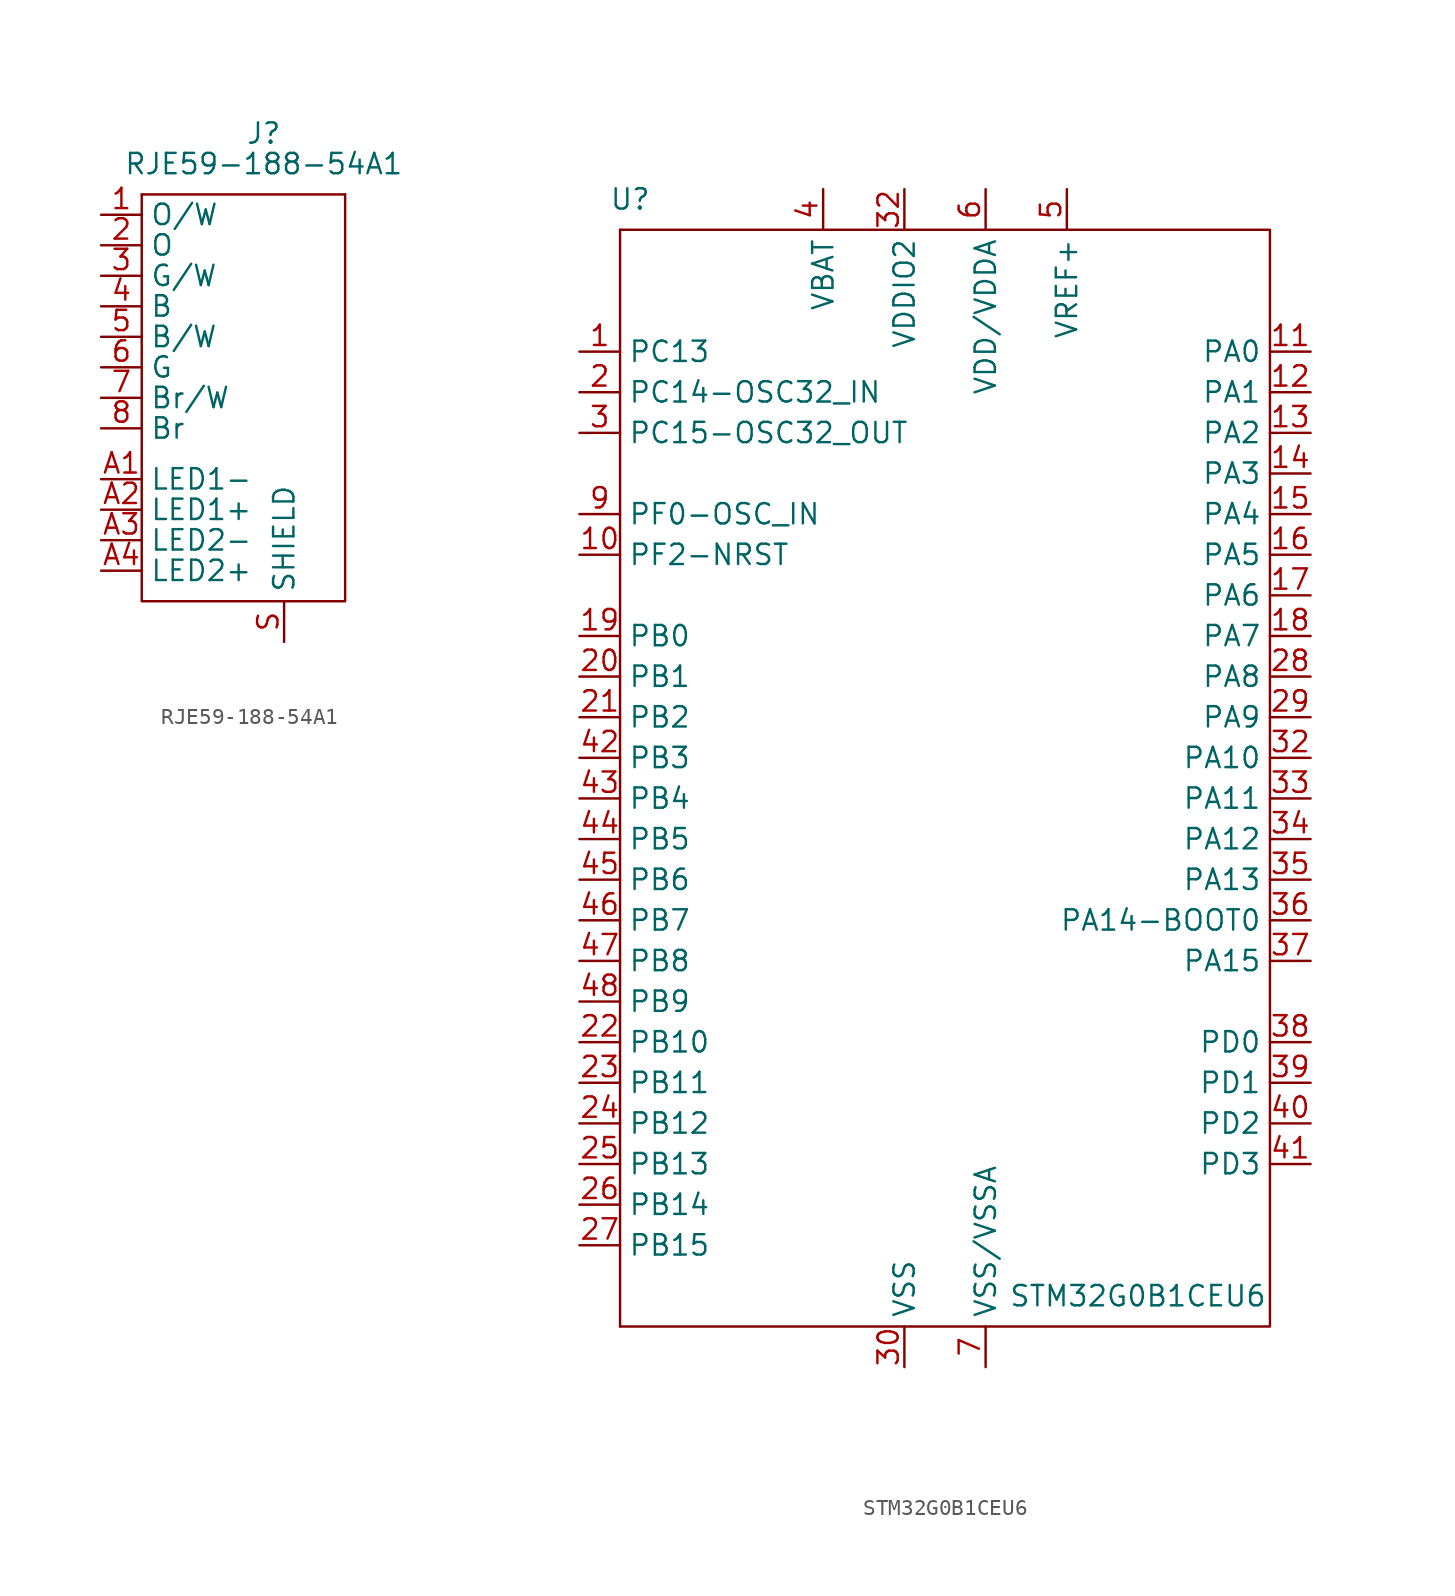
<source format=kicad_sym>
(kicad_symbol_lib
  (version 20211014)
  (generator kicad_symbol_editor)
  (symbol "RJE59-188-54A1"
    (property "Reference" "J"
      (at 0 16.51 0)
      (effects (font (size 1.27 1.27))))
    (property "Value" "RJE59-188-54A1"
      (at 0 14.605 0)
      (effects (font (size 1.27 1.27))))
    (symbol "RJE59-188-54A1_0_1"
      (polyline (pts (xy -7.62 12.7) (xy 5.08 12.7)) (stroke (width 0.152) (type default) (color 0 0 0 0)) (fill (type none)))
      (polyline (pts (xy -7.62 12.7) (xy -7.62 -12.7) (xy 5.08 -12.7) (xy 5.08 12.7)) (stroke (width 0.152) (type default) (color 0 0 0 0)) (fill (type none))))
    (symbol "RJE59-188-54A1_1_1"
      (pin input line (at -10.16 11.43 0) (length 2.54) (name "O/W" (effects (font (size 1.27 1.27)))) (number "1" (effects (font (size 1.27 1.27)))))
      (pin input line (at -10.16 9.525 0) (length 2.54) (name "O" (effects (font (size 1.27 1.27)))) (number "2" (effects (font (size 1.27 1.27)))))
      (pin input line (at -10.16 7.62 0) (length 2.54) (name "G/W" (effects (font (size 1.27 1.27)))) (number "3" (effects (font (size 1.27 1.27)))))
      (pin input line (at -10.16 5.715 0) (length 2.54) (name "B" (effects (font (size 1.27 1.27)))) (number "4" (effects (font (size 1.27 1.27)))))
      (pin input line (at -10.16 3.81 0) (length 2.54) (name "B/W" (effects (font (size 1.27 1.27)))) (number "5" (effects (font (size 1.27 1.27)))))
      (pin input line (at -10.16 1.905 0) (length 2.54) (name "G" (effects (font (size 1.27 1.27)))) (number "6" (effects (font (size 1.27 1.27)))))
      (pin input line (at -10.16 0 0) (length 2.54) (name "Br/W" (effects (font (size 1.27 1.27)))) (number "7" (effects (font (size 1.27 1.27)))))
      (pin input line (at -10.16 -1.905 0) (length 2.54) (name "Br" (effects (font (size 1.27 1.27)))) (number "8" (effects (font (size 1.27 1.27)))))
      (pin input line (at -10.16 -5.08 0) (length 2.54) (name "LED1-" (effects (font (size 1.27 1.27)))) (number "A1" (effects (font (size 1.27 1.27)))))
      (pin input line (at -10.16 -6.985 0) (length 2.54) (name "LED1+" (effects (font (size 1.27 1.27)))) (number "A2" (effects (font (size 1.27 1.27)))))
      (pin input line (at -10.16 -8.89 0) (length 2.54) (name "LED2-" (effects (font (size 1.27 1.27)))) (number "A3" (effects (font (size 1.27 1.27)))))
      (pin input line (at -10.16 -10.795 0) (length 2.54) (name "LED2+" (effects (font (size 1.27 1.27)))) (number "A4" (effects (font (size 1.27 1.27)))))
      (pin input line (at 1.27 -15.24 90) (length 2.54) (name "SHIELD" (effects (font (size 1.27 1.27)))) (number "S" (effects (font (size 1.27 1.27)))))))
  (symbol "STM32G0B1CEU6"
    (property "Reference" "U"
      (at -19.685 34.925 0)
      (effects (font (size 1.27 1.27))))
    (property "Value" "STM32G0B1CEU6"
      (at 12.065 -33.655 0)
      (effects (font (size 1.27 1.27))))
    (symbol "STM32G0B1CEU6_0_1"
      (polyline (pts (xy -20.32 33.02) (xy -20.32 -35.56)) (stroke (width 0.152) (type default) (color 0 0 0 0)) (fill (type none)))
      (polyline (pts (xy -20.32 33.02) (xy 20.32 33.02) (xy 20.32 -35.56) (xy -20.32 -35.56)) (stroke (width 0.152) (type default) (color 0 0 0 0)) (fill (type none))))
    (symbol "STM32G0B1CEU6_1_1"
      (pin input line (at -22.86 25.4 0) (length 2.54) (name "PC13" (effects (font (size 1.27 1.27)))) (number "1" (effects (font (size 1.27 1.27)))))
      (pin input line (at -22.86 12.7 0) (length 2.54) (name "PF2-NRST" (effects (font (size 1.27 1.27)))) (number "10" (effects (font (size 1.27 1.27)))))
      (pin input line (at 22.86 25.4 180) (length 2.54) (name "PA0" (effects (font (size 1.27 1.27)))) (number "11" (effects (font (size 1.27 1.27)))))
      (pin input line (at 22.86 22.86 180) (length 2.54) (name "PA1" (effects (font (size 1.27 1.27)))) (number "12" (effects (font (size 1.27 1.27)))))
      (pin input line (at 22.86 20.32 180) (length 2.54) (name "PA2" (effects (font (size 1.27 1.27)))) (number "13" (effects (font (size 1.27 1.27)))))
      (pin input line (at 22.86 17.78 180) (length 2.54) (name "PA3" (effects (font (size 1.27 1.27)))) (number "14" (effects (font (size 1.27 1.27)))))
      (pin input line (at 22.86 15.24 180) (length 2.54) (name "PA4" (effects (font (size 1.27 1.27)))) (number "15" (effects (font (size 1.27 1.27)))))
      (pin input line (at 22.86 12.7 180) (length 2.54) (name "PA5" (effects (font (size 1.27 1.27)))) (number "16" (effects (font (size 1.27 1.27)))))
      (pin input line (at 22.86 10.16 180) (length 2.54) (name "PA6" (effects (font (size 1.27 1.27)))) (number "17" (effects (font (size 1.27 1.27)))))
      (pin input line (at 22.86 7.62 180) (length 2.54) (name "PA7" (effects (font (size 1.27 1.27)))) (number "18" (effects (font (size 1.27 1.27)))))
      (pin input line (at -22.86 7.62 0) (length 2.54) (name "PB0" (effects (font (size 1.27 1.27)))) (number "19" (effects (font (size 1.27 1.27)))))
      (pin input line (at -22.86 22.86 0) (length 2.54) (name "PC14-OSC32_IN" (effects (font (size 1.27 1.27)))) (number "2" (effects (font (size 1.27 1.27)))))
      (pin input line (at -22.86 5.08 0) (length 2.54) (name "PB1" (effects (font (size 1.27 1.27)))) (number "20" (effects (font (size 1.27 1.27)))))
      (pin input line (at -22.86 2.54 0) (length 2.54) (name "PB2" (effects (font (size 1.27 1.27)))) (number "21" (effects (font (size 1.27 1.27)))))
      (pin input line (at -22.86 -17.78 0) (length 2.54) (name "PB10" (effects (font (size 1.27 1.27)))) (number "22" (effects (font (size 1.27 1.27)))))
      (pin input line (at -22.86 -20.32 0) (length 2.54) (name "PB11" (effects (font (size 1.27 1.27)))) (number "23" (effects (font (size 1.27 1.27)))))
      (pin input line (at -22.86 -22.86 0) (length 2.54) (name "PB12" (effects (font (size 1.27 1.27)))) (number "24" (effects (font (size 1.27 1.27)))))
      (pin input line (at -22.86 -25.4 0) (length 2.54) (name "PB13" (effects (font (size 1.27 1.27)))) (number "25" (effects (font (size 1.27 1.27)))))
      (pin input line (at -22.86 -27.94 0) (length 2.54) (name "PB14" (effects (font (size 1.27 1.27)))) (number "26" (effects (font (size 1.27 1.27)))))
      (pin input line (at -22.86 -30.48 0) (length 2.54) (name "PB15" (effects (font (size 1.27 1.27)))) (number "27" (effects (font (size 1.27 1.27)))))
      (pin input line (at 22.86 5.08 180) (length 2.54) (name "PA8" (effects (font (size 1.27 1.27)))) (number "28" (effects (font (size 1.27 1.27)))))
      (pin input line (at 22.86 2.54 180) (length 2.54) (name "PA9" (effects (font (size 1.27 1.27)))) (number "29" (effects (font (size 1.27 1.27)))))
      (pin input line (at -22.86 20.32 0) (length 2.54) (name "PC15-OSC32_OUT" (effects (font (size 1.27 1.27)))) (number "3" (effects (font (size 1.27 1.27)))))
      (pin input line (at -2.54 -38.1 90) (length 2.54) (name "VSS" (effects (font (size 1.27 1.27)))) (number "30" (effects (font (size 1.27 1.27)))))
      (pin input line (at 22.86 0 180) (length 2.54) (name "PA10" (effects (font (size 1.27 1.27)))) (number "32" (effects (font (size 1.27 1.27)))))
      (pin input line (at -2.54 35.56 270) (length 2.54) (name "VDDIO2" (effects (font (size 1.27 1.27)))) (number "32" (effects (font (size 1.27 1.27)))))
      (pin input line (at 22.86 -2.54 180) (length 2.54) (name "PA11" (effects (font (size 1.27 1.27)))) (number "33" (effects (font (size 1.27 1.27)))))
      (pin input line (at 22.86 -5.08 180) (length 2.54) (name "PA12" (effects (font (size 1.27 1.27)))) (number "34" (effects (font (size 1.27 1.27)))))
      (pin input line (at 22.86 -7.62 180) (length 2.54) (name "PA13" (effects (font (size 1.27 1.27)))) (number "35" (effects (font (size 1.27 1.27)))))
      (pin input line (at 22.86 -10.16 180) (length 2.54) (name "PA14-BOOT0" (effects (font (size 1.27 1.27)))) (number "36" (effects (font (size 1.27 1.27)))))
      (pin input line (at 22.86 -12.7 180) (length 2.54) (name "PA15" (effects (font (size 1.27 1.27)))) (number "37" (effects (font (size 1.27 1.27)))))
      (pin input line (at 22.86 -17.78 180) (length 2.54) (name "PD0" (effects (font (size 1.27 1.27)))) (number "38" (effects (font (size 1.27 1.27)))))
      (pin input line (at 22.86 -20.32 180) (length 2.54) (name "PD1" (effects (font (size 1.27 1.27)))) (number "39" (effects (font (size 1.27 1.27)))))
      (pin input line (at -7.62 35.56 270) (length 2.54) (name "VBAT" (effects (font (size 1.27 1.27)))) (number "4" (effects (font (size 1.27 1.27)))))
      (pin input line (at 22.86 -22.86 180) (length 2.54) (name "PD2" (effects (font (size 1.27 1.27)))) (number "40" (effects (font (size 1.27 1.27)))))
      (pin input line (at 22.86 -25.4 180) (length 2.54) (name "PD3" (effects (font (size 1.27 1.27)))) (number "41" (effects (font (size 1.27 1.27)))))
      (pin input line (at -22.86 0 0) (length 2.54) (name "PB3" (effects (font (size 1.27 1.27)))) (number "42" (effects (font (size 1.27 1.27)))))
      (pin input line (at -22.86 -2.54 0) (length 2.54) (name "PB4" (effects (font (size 1.27 1.27)))) (number "43" (effects (font (size 1.27 1.27)))))
      (pin input line (at -22.86 -5.08 0) (length 2.54) (name "PB5" (effects (font (size 1.27 1.27)))) (number "44" (effects (font (size 1.27 1.27)))))
      (pin input line (at -22.86 -7.62 0) (length 2.54) (name "PB6" (effects (font (size 1.27 1.27)))) (number "45" (effects (font (size 1.27 1.27)))))
      (pin input line (at -22.86 -10.16 0) (length 2.54) (name "PB7" (effects (font (size 1.27 1.27)))) (number "46" (effects (font (size 1.27 1.27)))))
      (pin input line (at -22.86 -12.7 0) (length 2.54) (name "PB8" (effects (font (size 1.27 1.27)))) (number "47" (effects (font (size 1.27 1.27)))))
      (pin input line (at -22.86 -15.24 0) (length 2.54) (name "PB9" (effects (font (size 1.27 1.27)))) (number "48" (effects (font (size 1.27 1.27)))))
      (pin input line (at -2.54 -38.1 90) (length 2.54) hide (name "VSS" (effects (font (size 1.27 1.27)))) (number "49" (effects (font (size 1.27 1.27)))))
      (pin input line (at 7.62 35.56 270) (length 2.54) (name "VREF+" (effects (font (size 1.27 1.27)))) (number "5" (effects (font (size 1.27 1.27)))))
      (pin input line (at 2.54 35.56 270) (length 2.54) (name "VDD/VDDA" (effects (font (size 1.27 1.27)))) (number "6" (effects (font (size 1.27 1.27)))))
      (pin input line (at 2.54 -38.1 90) (length 2.54) (name "VSS/VSSA" (effects (font (size 1.27 1.27)))) (number "7" (effects (font (size 1.27 1.27)))))
      (pin input line (at -22.86 15.24 0) (length 2.54) (name "PF0-OSC_IN" (effects (font (size 1.27 1.27)))) (number "9" (effects (font (size 1.27 1.27))))))))
</source>
